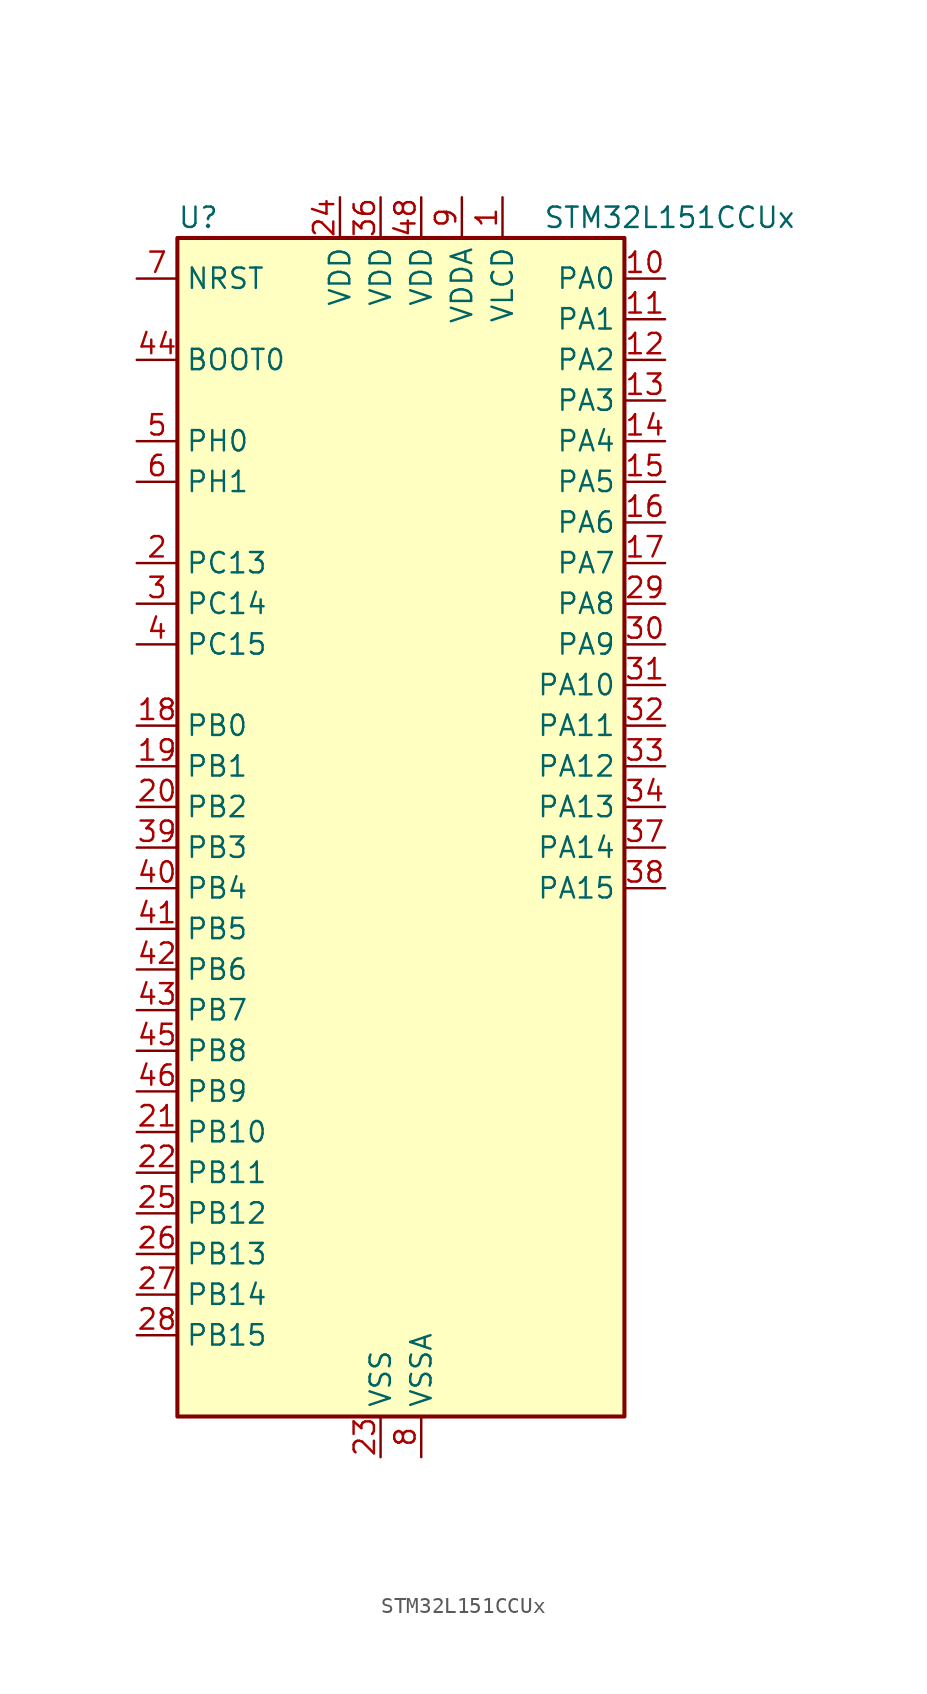
<source format=kicad_sym>
(kicad_symbol_lib
  (version 20220914)
  (generator kicad_symbol_editor)
  (symbol "STM32L151CCUx"
    (property "Reference" "U"
      (at -12.7 39.37 0)
      (effects (font (size 1.27 1.27)) (justify left)))
    (property "Value" "STM32L151CCUx"
      (at 10.16 39.37 0)
      (effects (font (size 1.27 1.27)) (justify left)))
    (property "ki_locked" ""
      (at 0 0 0)
      (effects (font (size 1.27 1.27))))
    (symbol "STM32L151CCUx_0_1"
      (rectangle (start -12.7 -35.56) (end 15.24 38.1) (stroke (width 0.254) (type default)) (fill (type background))))
    (symbol "STM32L151CCUx_1_1"
      (pin power_in line (at 7.62 40.64 270) (length 2.54) (name "VLCD" (effects (font (size 1.27 1.27)))) (number "1" (effects (font (size 1.27 1.27)))))
      (pin bidirectional line (at 17.78 35.56 180) (length 2.54) (name "PA0" (effects (font (size 1.27 1.27)))) (number "10" (effects (font (size 1.27 1.27)))) (alternate "ADC_IN0" bidirectional line) (alternate "COMP1_INP" bidirectional line) (alternate "RTC_TAMP2" bidirectional line) (alternate "SYS_WKUP1" bidirectional line) (alternate "TIM2_CH1" bidirectional line) (alternate "TIM2_ETR" bidirectional line) (alternate "TIM5_CH1" bidirectional line) (alternate "TIMX_IC1" bidirectional line) (alternate "TS_G1_IO1" bidirectional line) (alternate "USART2_CTS" bidirectional line))
      (pin bidirectional line (at 17.78 33.02 180) (length 2.54) (name "PA1" (effects (font (size 1.27 1.27)))) (number "11" (effects (font (size 1.27 1.27)))) (alternate "ADC_IN1" bidirectional line) (alternate "COMP1_INP" bidirectional line) (alternate "OPAMP1_VINP" bidirectional line) (alternate "TIM2_CH2" bidirectional line) (alternate "TIM5_CH2" bidirectional line) (alternate "TIMX_IC2" bidirectional line) (alternate "TS_G1_IO2" bidirectional line) (alternate "USART2_RTS" bidirectional line))
      (pin bidirectional line (at 17.78 30.48 180) (length 2.54) (name "PA2" (effects (font (size 1.27 1.27)))) (number "12" (effects (font (size 1.27 1.27)))) (alternate "ADC_IN2" bidirectional line) (alternate "COMP1_INP" bidirectional line) (alternate "OPAMP1_VINM" bidirectional line) (alternate "TIM2_CH3" bidirectional line) (alternate "TIM5_CH3" bidirectional line) (alternate "TIM9_CH1" bidirectional line) (alternate "TIMX_IC3" bidirectional line) (alternate "TS_G1_IO3" bidirectional line) (alternate "USART2_TX" bidirectional line))
      (pin bidirectional line (at 17.78 27.94 180) (length 2.54) (name "PA3" (effects (font (size 1.27 1.27)))) (number "13" (effects (font (size 1.27 1.27)))) (alternate "ADC_IN3" bidirectional line) (alternate "COMP1_INP" bidirectional line) (alternate "OPAMP1_VOUT" bidirectional line) (alternate "TIM2_CH4" bidirectional line) (alternate "TIM5_CH4" bidirectional line) (alternate "TIM9_CH2" bidirectional line) (alternate "TIMX_IC4" bidirectional line) (alternate "TS_G1_IO4" bidirectional line) (alternate "USART2_RX" bidirectional line))
      (pin bidirectional line (at 17.78 25.4 180) (length 2.54) (name "PA4" (effects (font (size 1.27 1.27)))) (number "14" (effects (font (size 1.27 1.27)))) (alternate "ADC_IN4" bidirectional line) (alternate "COMP1_INP" bidirectional line) (alternate "DAC_OUT1" bidirectional line) (alternate "I2S3_WS" bidirectional line) (alternate "SPI1_NSS" bidirectional line) (alternate "SPI3_NSS" bidirectional line) (alternate "TIMX_IC1" bidirectional line) (alternate "USART2_CK" bidirectional line))
      (pin bidirectional line (at 17.78 22.86 180) (length 2.54) (name "PA5" (effects (font (size 1.27 1.27)))) (number "15" (effects (font (size 1.27 1.27)))) (alternate "ADC_IN5" bidirectional line) (alternate "COMP1_INP" bidirectional line) (alternate "DAC_OUT2" bidirectional line) (alternate "SPI1_SCK" bidirectional line) (alternate "TIM2_CH1" bidirectional line) (alternate "TIM2_ETR" bidirectional line) (alternate "TIMX_IC2" bidirectional line))
      (pin bidirectional line (at 17.78 20.32 180) (length 2.54) (name "PA6" (effects (font (size 1.27 1.27)))) (number "16" (effects (font (size 1.27 1.27)))) (alternate "ADC_IN6" bidirectional line) (alternate "COMP1_INP" bidirectional line) (alternate "OPAMP2_VINP" bidirectional line) (alternate "SPI1_MISO" bidirectional line) (alternate "TIM10_CH1" bidirectional line) (alternate "TIM3_CH1" bidirectional line) (alternate "TIMX_IC3" bidirectional line) (alternate "TS_G2_IO1" bidirectional line))
      (pin bidirectional line (at 17.78 17.78 180) (length 2.54) (name "PA7" (effects (font (size 1.27 1.27)))) (number "17" (effects (font (size 1.27 1.27)))) (alternate "ADC_IN7" bidirectional line) (alternate "COMP1_INP" bidirectional line) (alternate "OPAMP2_VINM" bidirectional line) (alternate "SPI1_MOSI" bidirectional line) (alternate "TIM11_CH1" bidirectional line) (alternate "TIM3_CH2" bidirectional line) (alternate "TIMX_IC4" bidirectional line) (alternate "TS_G2_IO2" bidirectional line))
      (pin bidirectional line (at -15.24 7.62 0) (length 2.54) (name "PB0" (effects (font (size 1.27 1.27)))) (number "18" (effects (font (size 1.27 1.27)))) (alternate "ADC_IN8" bidirectional line) (alternate "COMP1_INP" bidirectional line) (alternate "OPAMP2_VOUT" bidirectional line) (alternate "SYS_V_REF_OUT" bidirectional line) (alternate "TIM3_CH3" bidirectional line) (alternate "TS_G3_IO1" bidirectional line))
      (pin bidirectional line (at -15.24 5.08 0) (length 2.54) (name "PB1" (effects (font (size 1.27 1.27)))) (number "19" (effects (font (size 1.27 1.27)))) (alternate "ADC_IN9" bidirectional line) (alternate "COMP1_INP" bidirectional line) (alternate "SYS_V_REF_OUT" bidirectional line) (alternate "TIM3_CH4" bidirectional line) (alternate "TS_G3_IO2" bidirectional line))
      (pin bidirectional line (at -15.24 17.78 0) (length 2.54) (name "PC13" (effects (font (size 1.27 1.27)))) (number "2" (effects (font (size 1.27 1.27)))) (alternate "RTC_OUT_ALARM" bidirectional line) (alternate "RTC_OUT_CALIB" bidirectional line) (alternate "RTC_TAMP1" bidirectional line) (alternate "RTC_TS" bidirectional line) (alternate "SYS_WKUP2" bidirectional line) (alternate "TIMX_IC2" bidirectional line))
      (pin bidirectional line (at -15.24 2.54 0) (length 2.54) (name "PB2" (effects (font (size 1.27 1.27)))) (number "20" (effects (font (size 1.27 1.27)))) (alternate "TS_G3_IO3" bidirectional line))
      (pin bidirectional line (at -15.24 -17.78 0) (length 2.54) (name "PB10" (effects (font (size 1.27 1.27)))) (number "21" (effects (font (size 1.27 1.27)))) (alternate "I2C2_SCL" bidirectional line) (alternate "TIM2_CH3" bidirectional line) (alternate "USART3_TX" bidirectional line))
      (pin bidirectional line (at -15.24 -20.32 0) (length 2.54) (name "PB11" (effects (font (size 1.27 1.27)))) (number "22" (effects (font (size 1.27 1.27)))) (alternate "ADC_EXTI11" bidirectional line) (alternate "I2C2_SDA" bidirectional line) (alternate "TIM2_CH4" bidirectional line) (alternate "USART3_RX" bidirectional line))
      (pin power_in line (at 0 -38.1 90) (length 2.54) (name "VSS" (effects (font (size 1.27 1.27)))) (number "23" (effects (font (size 1.27 1.27)))))
      (pin power_in line (at -2.54 40.64 270) (length 2.54) (name "VDD" (effects (font (size 1.27 1.27)))) (number "24" (effects (font (size 1.27 1.27)))))
      (pin bidirectional line (at -15.24 -22.86 0) (length 2.54) (name "PB12" (effects (font (size 1.27 1.27)))) (number "25" (effects (font (size 1.27 1.27)))) (alternate "ADC_IN18" bidirectional line) (alternate "COMP1_INP" bidirectional line) (alternate "I2C2_SMBA" bidirectional line) (alternate "I2S2_WS" bidirectional line) (alternate "SPI2_NSS" bidirectional line) (alternate "TIM10_CH1" bidirectional line) (alternate "TS_G7_IO1" bidirectional line) (alternate "USART3_CK" bidirectional line))
      (pin bidirectional line (at -15.24 -25.4 0) (length 2.54) (name "PB13" (effects (font (size 1.27 1.27)))) (number "26" (effects (font (size 1.27 1.27)))) (alternate "ADC_IN19" bidirectional line) (alternate "COMP1_INP" bidirectional line) (alternate "I2S2_CK" bidirectional line) (alternate "SPI2_SCK" bidirectional line) (alternate "TIM9_CH1" bidirectional line) (alternate "TS_G7_IO2" bidirectional line) (alternate "USART3_CTS" bidirectional line))
      (pin bidirectional line (at -15.24 -27.94 0) (length 2.54) (name "PB14" (effects (font (size 1.27 1.27)))) (number "27" (effects (font (size 1.27 1.27)))) (alternate "ADC_IN20" bidirectional line) (alternate "COMP1_INP" bidirectional line) (alternate "SPI2_MISO" bidirectional line) (alternate "TIM9_CH2" bidirectional line) (alternate "TS_G7_IO3" bidirectional line) (alternate "USART3_RTS" bidirectional line))
      (pin bidirectional line (at -15.24 -30.48 0) (length 2.54) (name "PB15" (effects (font (size 1.27 1.27)))) (number "28" (effects (font (size 1.27 1.27)))) (alternate "ADC_EXTI15" bidirectional line) (alternate "ADC_IN21" bidirectional line) (alternate "COMP1_INP" bidirectional line) (alternate "I2S2_SD" bidirectional line) (alternate "RTC_REFIN" bidirectional line) (alternate "SPI2_MOSI" bidirectional line) (alternate "TIM11_CH1" bidirectional line) (alternate "TS_G7_IO4" bidirectional line))
      (pin bidirectional line (at 17.78 15.24 180) (length 2.54) (name "PA8" (effects (font (size 1.27 1.27)))) (number "29" (effects (font (size 1.27 1.27)))) (alternate "RCC_MCO" bidirectional line) (alternate "TIMX_IC1" bidirectional line) (alternate "TS_G4_IO1" bidirectional line) (alternate "USART1_CK" bidirectional line))
      (pin bidirectional line (at -15.24 15.24 0) (length 2.54) (name "PC14" (effects (font (size 1.27 1.27)))) (number "3" (effects (font (size 1.27 1.27)))) (alternate "RCC_OSC32_IN" bidirectional line) (alternate "TIMX_IC3" bidirectional line))
      (pin bidirectional line (at 17.78 12.7 180) (length 2.54) (name "PA9" (effects (font (size 1.27 1.27)))) (number "30" (effects (font (size 1.27 1.27)))) (alternate "DAC_EXTI9" bidirectional line) (alternate "TIMX_IC2" bidirectional line) (alternate "TS_G4_IO2" bidirectional line) (alternate "USART1_TX" bidirectional line))
      (pin bidirectional line (at 17.78 10.16 180) (length 2.54) (name "PA10" (effects (font (size 1.27 1.27)))) (number "31" (effects (font (size 1.27 1.27)))) (alternate "TIMX_IC3" bidirectional line) (alternate "TS_G4_IO3" bidirectional line) (alternate "USART1_RX" bidirectional line))
      (pin bidirectional line (at 17.78 7.62 180) (length 2.54) (name "PA11" (effects (font (size 1.27 1.27)))) (number "32" (effects (font (size 1.27 1.27)))) (alternate "ADC_EXTI11" bidirectional line) (alternate "SPI1_MISO" bidirectional line) (alternate "TIMX_IC4" bidirectional line) (alternate "USART1_CTS" bidirectional line) (alternate "USB_DM" bidirectional line))
      (pin bidirectional line (at 17.78 5.08 180) (length 2.54) (name "PA12" (effects (font (size 1.27 1.27)))) (number "33" (effects (font (size 1.27 1.27)))) (alternate "SPI1_MOSI" bidirectional line) (alternate "TIMX_IC1" bidirectional line) (alternate "USART1_RTS" bidirectional line) (alternate "USB_DP" bidirectional line))
      (pin bidirectional line (at 17.78 2.54 180) (length 2.54) (name "PA13" (effects (font (size 1.27 1.27)))) (number "34" (effects (font (size 1.27 1.27)))) (alternate "SYS_JTMS-SWDIO" bidirectional line) (alternate "TIMX_IC2" bidirectional line) (alternate "TS_G5_IO1" bidirectional line))
      (pin passive line (at 0 -38.1 90) (length 2.54) hide (name "VSS" (effects (font (size 1.27 1.27)))) (number "35" (effects (font (size 1.27 1.27)))))
      (pin power_in line (at 0 40.64 270) (length 2.54) (name "VDD" (effects (font (size 1.27 1.27)))) (number "36" (effects (font (size 1.27 1.27)))))
      (pin bidirectional line (at 17.78 0 180) (length 2.54) (name "PA14" (effects (font (size 1.27 1.27)))) (number "37" (effects (font (size 1.27 1.27)))) (alternate "SYS_JTCK-SWCLK" bidirectional line) (alternate "TIMX_IC3" bidirectional line) (alternate "TS_G5_IO2" bidirectional line))
      (pin bidirectional line (at 17.78 -2.54 180) (length 2.54) (name "PA15" (effects (font (size 1.27 1.27)))) (number "38" (effects (font (size 1.27 1.27)))) (alternate "ADC_EXTI15" bidirectional line) (alternate "I2S3_WS" bidirectional line) (alternate "SPI1_NSS" bidirectional line) (alternate "SPI3_NSS" bidirectional line) (alternate "SYS_JTDI" bidirectional line) (alternate "TIM2_CH1" bidirectional line) (alternate "TIM2_ETR" bidirectional line) (alternate "TIMX_IC4" bidirectional line) (alternate "TS_G5_IO3" bidirectional line))
      (pin bidirectional line (at -15.24 0 0) (length 2.54) (name "PB3" (effects (font (size 1.27 1.27)))) (number "39" (effects (font (size 1.27 1.27)))) (alternate "COMP2_INM" bidirectional line) (alternate "I2S3_CK" bidirectional line) (alternate "SPI1_SCK" bidirectional line) (alternate "SPI3_SCK" bidirectional line) (alternate "SYS_JTDO-TRACESWO" bidirectional line) (alternate "TIM2_CH2" bidirectional line))
      (pin bidirectional line (at -15.24 12.7 0) (length 2.54) (name "PC15" (effects (font (size 1.27 1.27)))) (number "4" (effects (font (size 1.27 1.27)))) (alternate "ADC_EXTI15" bidirectional line) (alternate "RCC_OSC32_OUT" bidirectional line) (alternate "TIMX_IC4" bidirectional line))
      (pin bidirectional line (at -15.24 -2.54 0) (length 2.54) (name "PB4" (effects (font (size 1.27 1.27)))) (number "40" (effects (font (size 1.27 1.27)))) (alternate "COMP2_INP" bidirectional line) (alternate "SPI1_MISO" bidirectional line) (alternate "SPI3_MISO" bidirectional line) (alternate "SYS_JTRST" bidirectional line) (alternate "TIM3_CH1" bidirectional line) (alternate "TS_G6_IO1" bidirectional line))
      (pin bidirectional line (at -15.24 -5.08 0) (length 2.54) (name "PB5" (effects (font (size 1.27 1.27)))) (number "41" (effects (font (size 1.27 1.27)))) (alternate "COMP2_INP" bidirectional line) (alternate "I2C1_SMBA" bidirectional line) (alternate "I2S3_SD" bidirectional line) (alternate "SPI1_MOSI" bidirectional line) (alternate "SPI3_MOSI" bidirectional line) (alternate "TIM3_CH2" bidirectional line) (alternate "TS_G6_IO2" bidirectional line))
      (pin bidirectional line (at -15.24 -7.62 0) (length 2.54) (name "PB6" (effects (font (size 1.27 1.27)))) (number "42" (effects (font (size 1.27 1.27)))) (alternate "COMP2_INP" bidirectional line) (alternate "I2C1_SCL" bidirectional line) (alternate "TIM4_CH1" bidirectional line) (alternate "TS_G6_IO3" bidirectional line) (alternate "USART1_TX" bidirectional line))
      (pin bidirectional line (at -15.24 -10.16 0) (length 2.54) (name "PB7" (effects (font (size 1.27 1.27)))) (number "43" (effects (font (size 1.27 1.27)))) (alternate "COMP2_INP" bidirectional line) (alternate "I2C1_SDA" bidirectional line) (alternate "SYS_PVD_IN" bidirectional line) (alternate "TIM4_CH2" bidirectional line) (alternate "TS_G6_IO4" bidirectional line) (alternate "USART1_RX" bidirectional line))
      (pin input line (at -15.24 30.48 0) (length 2.54) (name "BOOT0" (effects (font (size 1.27 1.27)))) (number "44" (effects (font (size 1.27 1.27)))))
      (pin bidirectional line (at -15.24 -12.7 0) (length 2.54) (name "PB8" (effects (font (size 1.27 1.27)))) (number "45" (effects (font (size 1.27 1.27)))) (alternate "I2C1_SCL" bidirectional line) (alternate "TIM10_CH1" bidirectional line) (alternate "TIM4_CH3" bidirectional line))
      (pin bidirectional line (at -15.24 -15.24 0) (length 2.54) (name "PB9" (effects (font (size 1.27 1.27)))) (number "46" (effects (font (size 1.27 1.27)))) (alternate "DAC_EXTI9" bidirectional line) (alternate "I2C1_SDA" bidirectional line) (alternate "TIM11_CH1" bidirectional line) (alternate "TIM4_CH4" bidirectional line))
      (pin passive line (at 0 -38.1 90) (length 2.54) hide (name "VSS" (effects (font (size 1.27 1.27)))) (number "47" (effects (font (size 1.27 1.27)))))
      (pin power_in line (at 2.54 40.64 270) (length 2.54) (name "VDD" (effects (font (size 1.27 1.27)))) (number "48" (effects (font (size 1.27 1.27)))))
      (pin passive line (at 0 -38.1 90) (length 2.54) hide (name "VSS" (effects (font (size 1.27 1.27)))) (number "49" (effects (font (size 1.27 1.27)))))
      (pin bidirectional line (at -15.24 25.4 0) (length 2.54) (name "PH0" (effects (font (size 1.27 1.27)))) (number "5" (effects (font (size 1.27 1.27)))) (alternate "RCC_OSC_IN" bidirectional line))
      (pin bidirectional line (at -15.24 22.86 0) (length 2.54) (name "PH1" (effects (font (size 1.27 1.27)))) (number "6" (effects (font (size 1.27 1.27)))) (alternate "RCC_OSC_OUT" bidirectional line))
      (pin input line (at -15.24 35.56 0) (length 2.54) (name "NRST" (effects (font (size 1.27 1.27)))) (number "7" (effects (font (size 1.27 1.27)))))
      (pin power_in line (at 2.54 -38.1 90) (length 2.54) (name "VSSA" (effects (font (size 1.27 1.27)))) (number "8" (effects (font (size 1.27 1.27)))))
      (pin power_in line (at 5.08 40.64 270) (length 2.54) (name "VDDA" (effects (font (size 1.27 1.27)))) (number "9" (effects (font (size 1.27 1.27))))))))
</source>
